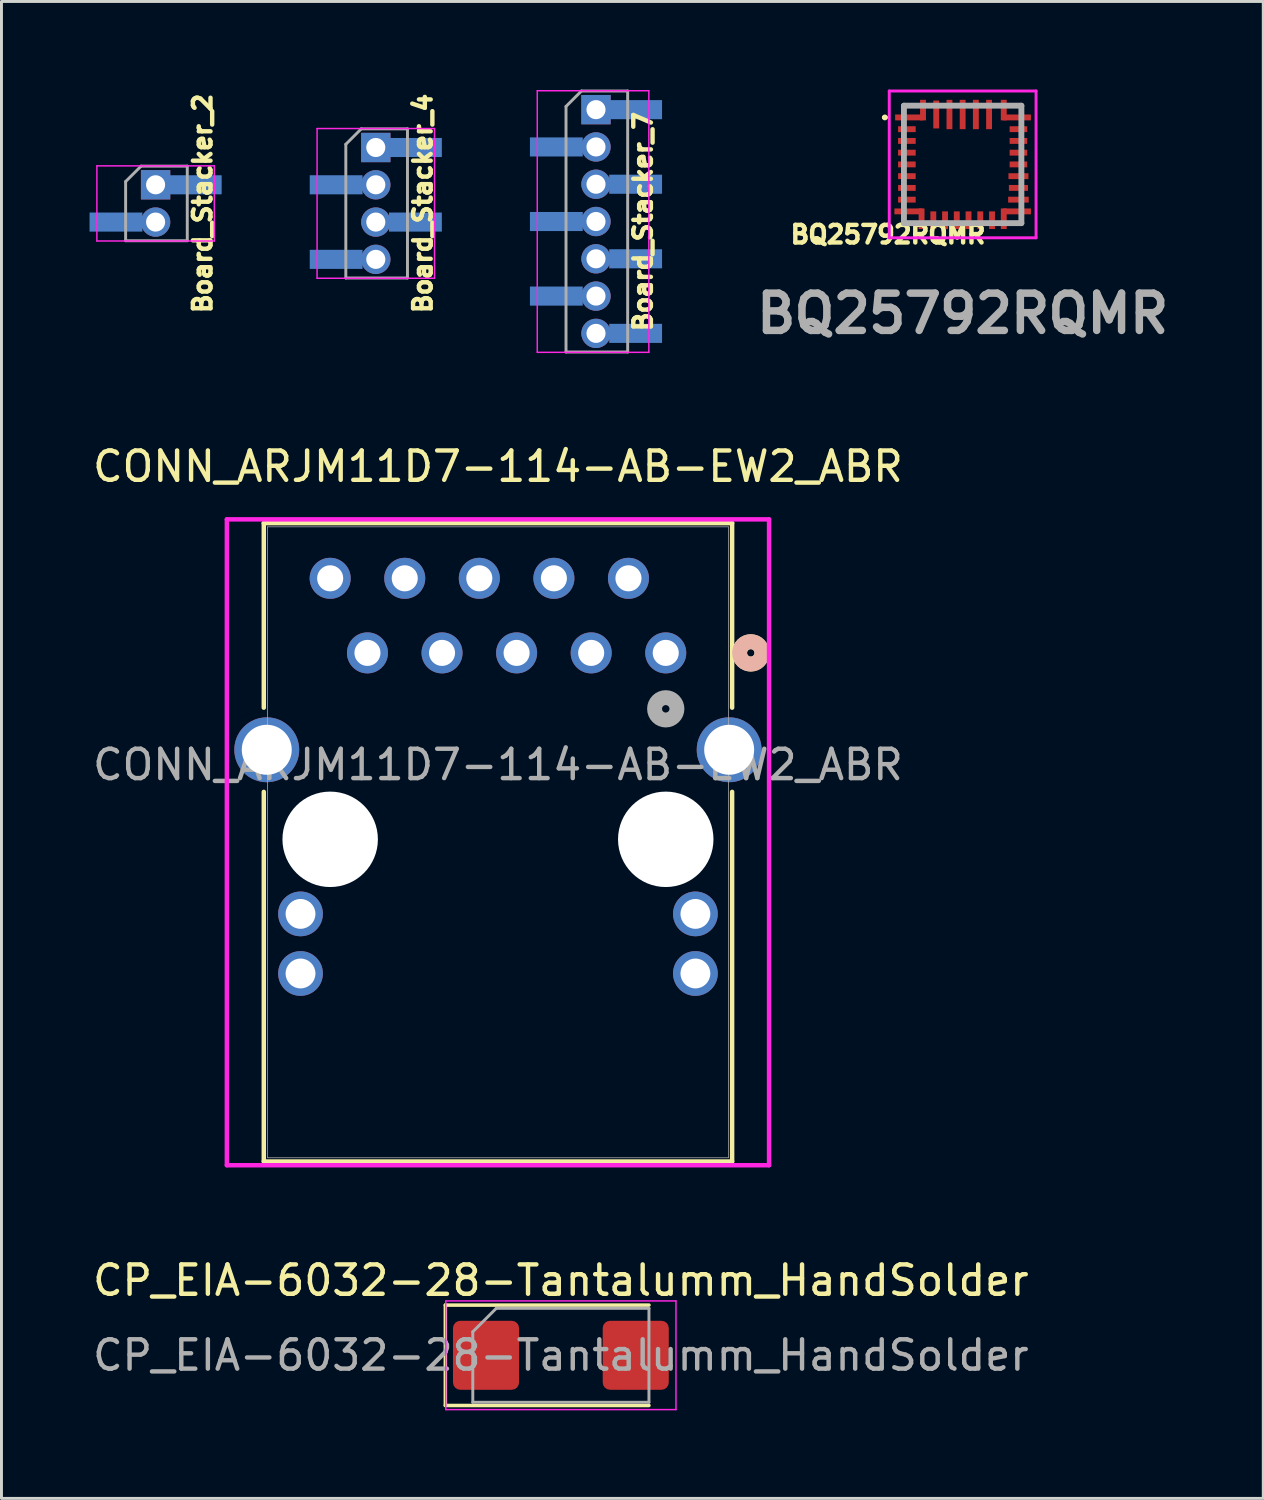
<source format=kicad_pcb>
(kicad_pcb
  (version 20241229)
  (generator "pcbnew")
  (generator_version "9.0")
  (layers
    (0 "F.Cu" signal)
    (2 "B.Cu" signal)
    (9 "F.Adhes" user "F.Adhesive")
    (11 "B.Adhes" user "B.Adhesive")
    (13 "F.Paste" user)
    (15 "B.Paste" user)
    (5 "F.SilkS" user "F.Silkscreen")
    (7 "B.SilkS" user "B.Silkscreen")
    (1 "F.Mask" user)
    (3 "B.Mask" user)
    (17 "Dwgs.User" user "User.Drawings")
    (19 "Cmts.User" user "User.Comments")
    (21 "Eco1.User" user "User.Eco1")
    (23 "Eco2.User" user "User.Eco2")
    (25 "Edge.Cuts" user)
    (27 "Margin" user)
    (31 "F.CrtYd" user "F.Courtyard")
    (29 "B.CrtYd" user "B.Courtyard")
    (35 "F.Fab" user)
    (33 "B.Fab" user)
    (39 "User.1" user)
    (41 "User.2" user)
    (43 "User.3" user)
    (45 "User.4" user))
  (footprint "BQ25792RQMR"
    (layer "F.Cu")
    (at 29.739 2.55)
    (property "Reference" "BQ25792RQMR" (at -2.542 2.389 0) (layer "F.SilkS") (effects (font (size 0.6 0.6) (thickness 0.15))))
    (attr smd)
    (fp_line (start -2.7 -1.6) (end -2.7 -1.6) (stroke (width 0.1) (type solid)) (layer "F.SilkS"))
    (fp_line (start -2.6 -1.6) (end -2.6 -1.6) (stroke (width 0.1) (type solid)) (layer "F.SilkS"))
    (fp_arc (start -2.7 -1.6) (mid -2.65 -1.65) (end -2.6 -1.6) (stroke (width 0.1) (type solid)) (layer "F.SilkS"))
    (fp_arc (start -2.6 -1.6) (mid -2.65 -1.55) (end -2.7 -1.6) (stroke (width 0.1) (type solid)) (layer "F.SilkS"))
    (fp_line (start -2.5 -2.5) (end 2.5 -2.5) (stroke (width 0.1) (type solid)) (layer "F.CrtYd"))
    (fp_line (start -2.5 2.5) (end -2.5 -2.5) (stroke (width 0.1) (type solid)) (layer "F.CrtYd"))
    (fp_line (start 2.5 -2.5) (end 2.5 2.5) (stroke (width 0.1) (type solid)) (layer "F.CrtYd"))
    (fp_line (start 2.5 2.5) (end -2.5 2.5) (stroke (width 0.1) (type solid)) (layer "F.CrtYd"))
    (fp_line (start -2 -2) (end -2 2) (stroke (width 0.2) (type solid)) (layer "F.Fab"))
    (fp_line (start -2 2) (end 2 2) (stroke (width 0.2) (type solid)) (layer "F.Fab"))
    (fp_line (start 2 -2) (end -2 -2) (stroke (width 0.2) (type solid)) (layer "F.Fab"))
    (fp_line (start 2 2) (end 2 -2) (stroke (width 0.2) (type solid)) (layer "F.Fab"))
    (fp_text user "${REFERENCE}" (at 0 5.08 0) (layer "F.Fab") (effects (font (size 1.27 1.27) (thickness 0.254))))
    (pad "1" smd rect (at -1.825 -1.6 90) (size 0.2 0.95) (layers "F.Cu" "F.Mask" "F.Paste"))
    (pad "2" smd rect (at -1.9 -1.2 90) (size 0.2 0.6) (layers "F.Cu" "F.Mask" "F.Paste"))
    (pad "3" smd rect (at -1.9 -0.8 90) (size 0.2 0.6) (layers "F.Cu" "F.Mask" "F.Paste"))
    (pad "4" smd rect (at -1.9 -0.4 90) (size 0.2 0.6) (layers "F.Cu" "F.Mask" "F.Paste"))
    (pad "5" smd rect (at -1.9 0 90) (size 0.2 0.6) (layers "F.Cu" "F.Mask" "F.Paste"))
    (pad "6" smd rect (at -1.9 0.4 90) (size 0.2 0.6) (layers "F.Cu" "F.Mask" "F.Paste"))
    (pad "7" smd rect (at -1.9 0.8 90) (size 0.2 0.6) (layers "F.Cu" "F.Mask" "F.Paste"))
    (pad "8" smd rect (at -1.9 1.2 90) (size 0.2 0.6) (layers "F.Cu" "F.Mask" "F.Paste"))
    (pad "9" smd rect (at -1.85 1.6 90) (size 0.2 0.95) (layers "F.Cu" "F.Mask" "F.Paste"))
    (pad "10" smd rect (at -1 1.9) (size 0.2 0.6) (layers "F.Cu" "F.Mask" "F.Paste"))
    (pad "11" smd rect (at -0.6 1.9) (size 0.2 0.6) (layers "F.Cu" "F.Mask" "F.Paste"))
    (pad "12" smd rect (at -0.2 1.9) (size 0.2 0.6) (layers "F.Cu" "F.Mask" "F.Paste"))
    (pad "13" smd rect (at 0.2 1.9) (size 0.2 0.6) (layers "F.Cu" "F.Mask" "F.Paste"))
    (pad "14" smd rect (at 0.6 1.9) (size 0.2 0.6) (layers "F.Cu" "F.Mask" "F.Paste"))
    (pad "15" smd rect (at 1 1.9) (size 0.2 0.6) (layers "F.Cu" "F.Mask" "F.Paste"))
    (pad "16" smd rect (at 1.85 1.6 90) (size 0.2 0.95) (layers "F.Cu" "F.Mask" "F.Paste"))
    (pad "17" smd rect (at 1.9 1.2 90) (size 0.2 0.7) (layers "F.Cu" "F.Mask" "F.Paste"))
    (pad "18" smd rect (at 1.9 0.8 90) (size 0.2 0.65) (layers "F.Cu" "F.Mask" "F.Paste"))
    (pad "19" smd rect (at 1.9 0.4 90) (size 0.2 0.68) (layers "F.Cu" "F.Mask" "F.Paste"))
    (pad "20" smd rect (at 1.9 0 90) (size 0.2 0.6) (layers "F.Cu" "F.Mask" "F.Paste"))
    (pad "21" smd rect (at 1.9 -0.4 90) (size 0.2 0.6) (layers "F.Cu" "F.Mask" "F.Paste"))
    (pad "22" smd rect (at 1.9 -0.8 90) (size 0.2 0.6) (layers "F.Cu" "F.Mask" "F.Paste"))
    (pad "23" smd rect (at 1.9 -1.2 90) (size 0.2 0.6) (layers "F.Cu" "F.Mask" "F.Paste"))
    (pad "24" smd rect (at 1.85 -1.6 90) (size 0.2 0.95) (layers "F.Cu" "F.Mask" "F.Paste"))
    (pad "25" smd rect (at 0.9 -1.7) (size 0.2 1) (layers "F.Cu" "F.Mask" "F.Paste"))
    (pad "26" smd rect (at 0.45 -1.7) (size 0.2 1) (layers "F.Cu" "F.Mask" "F.Paste"))
    (pad "27" smd rect (at 0 -1.7) (size 0.2 1) (layers "F.Cu" "F.Mask" "F.Paste"))
    (pad "28" smd rect (at -0.45 -1.7) (size 0.2 1) (layers "F.Cu" "F.Mask" "F.Paste"))
    (pad "29" smd rect (at -0.9 -1.7) (size 0.2 0.95) (layers "F.Cu" "F.Mask" "F.Paste"))
    (pad "30" smd rect (at -1.35 -1.85) (size 0.2 0.7) (layers "F.Cu" "F.Mask" "F.Paste"))
    (pad "31" smd rect (at -1.4 1.85) (size 0.2 0.7) (layers "F.Cu" "F.Mask" "F.Paste"))
    (pad "32" smd rect (at 1.4 1.85) (size 0.2 0.7) (layers "F.Cu" "F.Mask" "F.Paste"))
    (pad "33" smd rect (at 1.4 -1.85) (size 0.2 0.7) (layers "F.Cu" "F.Mask" "F.Paste")))
  (footprint "Board_Stacker_7"
    (layer "F.Cu")
    (at 17.25 0.685)
    (property "Reference" "Board_Stacker_7" (at 1.6 3.81 90) (layer "F.SilkS") (effects (font (size 0.6 0.6) (thickness 0.15))))
    (attr smd)
    (fp_line (start -2 -0.645) (end -2 8.265) (stroke (width 0.05) (type solid)) (layer "F.CrtYd"))
    (fp_line (start -2 8.265) (end 1.8 8.265) (stroke (width 0.05) (type solid)) (layer "F.CrtYd"))
    (fp_line (start 1.8 -0.645) (end -2 -0.645) (stroke (width 0.05) (type solid)) (layer "F.CrtYd"))
    (fp_line (start 1.8 8.265) (end 1.8 -0.645) (stroke (width 0.05) (type solid)) (layer "F.CrtYd"))
    (fp_line (start -1.021 -0.11) (end -0.496 -0.635) (stroke (width 0.1) (type solid)) (layer "F.Fab"))
    (fp_line (start -1.021 8.255) (end -1.021 -0.11) (stroke (width 0.1) (type solid)) (layer "F.Fab"))
    (fp_line (start -0.496 -0.635) (end 1.079 -0.635) (stroke (width 0.1) (type solid)) (layer "F.Fab"))
    (fp_line (start 1.079 -0.635) (end 1.079 8.255) (stroke (width 0.1) (type solid)) (layer "F.Fab"))
    (fp_line (start 1.079 8.255) (end -1.021 8.255) (stroke (width 0.1) (type solid)) (layer "F.Fab"))
    (pad "1" thru_hole rect (at 0 0) (size 1 1) (drill 0.65) (layers "*.Cu" "*.Mask"))
    (pad "1" smd rect (at 1.35 0) (size 1.8 0.65) (layers "B.Cu" "B.Mask" "B.Paste"))
    (pad "2" smd rect (at -1.35 1.27) (size 1.8 0.65) (layers "B.Cu" "B.Mask" "B.Paste"))
    (pad "2" thru_hole oval (at 0 1.27) (size 1 1) (drill 0.65) (layers "*.Cu" "*.Mask"))
    (pad "3" thru_hole oval (at 0 2.54) (size 1 1) (drill 0.65) (layers "*.Cu" "*.Mask"))
    (pad "3" smd rect (at 1.35 2.54) (size 1.8 0.65) (layers "B.Cu" "B.Mask" "B.Paste"))
    (pad "4" smd rect (at -1.35 3.81) (size 1.8 0.65) (layers "B.Cu" "B.Mask" "B.Paste"))
    (pad "4" thru_hole oval (at 0 3.81) (size 1 1) (drill 0.65) (layers "*.Cu" "*.Mask"))
    (pad "5" thru_hole oval (at 0 5.08) (size 1 1) (drill 0.65) (layers "*.Cu" "*.Mask"))
    (pad "5" smd rect (at 1.35 5.08) (size 1.8 0.65) (layers "B.Cu" "B.Mask" "B.Paste"))
    (pad "6" smd rect (at -1.35 6.35) (size 1.8 0.65) (layers "B.Cu" "B.Mask" "B.Paste"))
    (pad "6" thru_hole oval (at 0 6.35) (size 1 1) (drill 0.65) (layers "*.Cu" "*.Mask"))
    (pad "7" thru_hole oval (at 0 7.62) (size 1 1) (drill 0.65) (layers "*.Cu" "*.Mask"))
    (pad "7" smd rect (at 1.35 7.62) (size 1.8 0.65) (layers "B.Cu" "B.Mask" "B.Paste")))
  (footprint "Board_Stacker_2"
    (layer "F.Cu")
    (at 2.25 3.244)
    (property "Reference" "Board_Stacker_2" (at 1.6 0.635 90) (layer "F.SilkS") (effects (font (size 0.6 0.6) (thickness 0.15))))
    (attr smd)
    (fp_line (start -2 -0.645) (end -2 1.915) (stroke (width 0.05) (type solid)) (layer "F.CrtYd"))
    (fp_line (start -2 1.915) (end 2 1.915) (stroke (width 0.05) (type solid)) (layer "F.CrtYd"))
    (fp_line (start 2 -0.645) (end -2 -0.645) (stroke (width 0.05) (type solid)) (layer "F.CrtYd"))
    (fp_line (start 2 1.915) (end 2 -0.645) (stroke (width 0.05) (type solid)) (layer "F.CrtYd"))
    (fp_line (start -1.021 -0.11) (end -0.496 -0.635) (stroke (width 0.1) (type solid)) (layer "F.Fab"))
    (fp_line (start -1.021 1.905) (end -1.021 -0.11) (stroke (width 0.1) (type solid)) (layer "F.Fab"))
    (fp_line (start -0.496 -0.635) (end 1.079 -0.635) (stroke (width 0.1) (type solid)) (layer "F.Fab"))
    (fp_line (start 1.079 -0.635) (end 1.079 1.905) (stroke (width 0.1) (type solid)) (layer "F.Fab"))
    (fp_line (start 1.079 1.905) (end -1.021 1.905) (stroke (width 0.1) (type solid)) (layer "F.Fab"))
    (pad "1" thru_hole rect (at 0 0) (size 1 1) (drill 0.65) (layers "*.Cu" "*.Mask"))
    (pad "1" smd rect (at 1.35 0) (size 1.8 0.65) (layers "B.Cu" "B.Mask" "B.Paste"))
    (pad "2" smd rect (at -1.35 1.27) (size 1.8 0.65) (layers "B.Cu" "B.Mask" "B.Paste"))
    (pad "2" thru_hole oval (at 0 1.27) (size 1 1) (drill 0.65) (layers "*.Cu" "*.Mask")))
  (footprint "Board_Stacker_4"
    (layer "F.Cu")
    (at 9.75 1.974)
    (property "Reference" "Board_Stacker_4" (at 1.6 1.905 90) (layer "F.SilkS") (effects (font (size 0.6 0.6) (thickness 0.15))))
    (attr smd)
    (fp_line (start -2 -0.645) (end -2 4.455) (stroke (width 0.05) (type solid)) (layer "F.CrtYd"))
    (fp_line (start -2 4.455) (end 2 4.455) (stroke (width 0.05) (type solid)) (layer "F.CrtYd"))
    (fp_line (start 2 -0.645) (end -2 -0.645) (stroke (width 0.05) (type solid)) (layer "F.CrtYd"))
    (fp_line (start 2 4.455) (end 2 -0.645) (stroke (width 0.05) (type solid)) (layer "F.CrtYd"))
    (fp_line (start -1.021 -0.11) (end -0.496 -0.635) (stroke (width 0.1) (type solid)) (layer "F.Fab"))
    (fp_line (start -1.021 4.445) (end -1.021 -0.11) (stroke (width 0.1) (type solid)) (layer "F.Fab"))
    (fp_line (start -0.496 -0.635) (end 1.079 -0.635) (stroke (width 0.1) (type solid)) (layer "F.Fab"))
    (fp_line (start 1.079 -0.635) (end 1.079 4.445) (stroke (width 0.1) (type solid)) (layer "F.Fab"))
    (fp_line (start 1.079 4.445) (end -1.021 4.445) (stroke (width 0.1) (type solid)) (layer "F.Fab"))
    (pad "1" thru_hole rect (at 0 0) (size 1 1) (drill 0.65) (layers "*.Cu" "*.Mask"))
    (pad "1" smd rect (at 1.35 0) (size 1.8 0.65) (layers "B.Cu" "B.Mask" "B.Paste"))
    (pad "2" smd rect (at -1.35 1.27) (size 1.8 0.65) (layers "B.Cu" "B.Mask" "B.Paste"))
    (pad "2" thru_hole oval (at 0 1.27) (size 1 1) (drill 0.65) (layers "*.Cu" "*.Mask"))
    (pad "3" thru_hole oval (at 0 2.54) (size 1 1) (drill 0.65) (layers "*.Cu" "*.Mask"))
    (pad "3" smd rect (at 1.35 2.54) (size 1.8 0.65) (layers "B.Cu" "B.Mask" "B.Paste"))
    (pad "4" smd rect (at -1.35 3.81) (size 1.8 0.65) (layers "B.Cu" "B.Mask" "B.Paste"))
    (pad "4" thru_hole oval (at 0 3.81) (size 1 1) (drill 0.65) (layers "*.Cu" "*.Mask")))
  (footprint "CP_EIA-6032-28-Tantalumm_HandSolder"
    (layer "F.Cu")
    (at 16.054 43.112)
    (property "Reference" "CP_EIA-6032-28-Tantalumm_HandSolder" (at 0 -2.55 0) (layer "F.SilkS") (effects (font (size 1 1) (thickness 0.15))))
    (attr smd)
    (fp_line (start -3.935 -1.71) (end -3.935 1.71) (stroke (width 0.12) (type solid)) (layer "F.SilkS"))
    (fp_line (start -3.935 1.71) (end 3 1.71) (stroke (width 0.12) (type solid)) (layer "F.SilkS"))
    (fp_line (start 3 -1.71) (end -3.935 -1.71) (stroke (width 0.12) (type solid)) (layer "F.SilkS"))
    (fp_line (start -3.92 -1.85) (end 3.92 -1.85) (stroke (width 0.05) (type solid)) (layer "F.CrtYd"))
    (fp_line (start -3.92 1.85) (end -3.92 -1.85) (stroke (width 0.05) (type solid)) (layer "F.CrtYd"))
    (fp_line (start 3.92 -1.85) (end 3.92 1.85) (stroke (width 0.05) (type solid)) (layer "F.CrtYd"))
    (fp_line (start 3.92 1.85) (end -3.92 1.85) (stroke (width 0.05) (type solid)) (layer "F.CrtYd"))
    (fp_line (start -3 -0.8) (end -3 1.6) (stroke (width 0.1) (type solid)) (layer "F.Fab"))
    (fp_line (start -3 1.6) (end 3 1.6) (stroke (width 0.1) (type solid)) (layer "F.Fab"))
    (fp_line (start -2.2 -1.6) (end -3 -0.8) (stroke (width 0.1) (type solid)) (layer "F.Fab"))
    (fp_line (start 3 -1.6) (end -2.2 -1.6) (stroke (width 0.1) (type solid)) (layer "F.Fab"))
    (fp_line (start 3 1.6) (end 3 -1.6) (stroke (width 0.1) (type solid)) (layer "F.Fab"))
    (fp_text user "${REFERENCE}" (at 0 0 0) (layer "F.Fab") (effects (font (size 1 1) (thickness 0.15))))
    (pad "1" smd roundrect (at -2.55 0) (size 2.25 2.35) (layers "F.Cu" "F.Mask" "F.Paste") (roundrect_rratio 0.111))
    (pad "2" smd roundrect (at 2.55 0) (size 2.25 2.35) (layers "F.Cu" "F.Mask" "F.Paste") (roundrect_rratio 0.111)))
  (footprint "CONN_ARJM11D7-114-AB-EW2_ABR"
    (layer "F.Cu")
    (at 13.911 19.188)
    (property "Reference" "CONN_ARJM11D7-114-AB-EW2_ABR" (at 0 -6.35 0) (unlocked yes) (layer "F.SilkS") (effects (font (size 1 1) (thickness 0.15))))
    (attr through_hole)
    (fp_line (start -7.976 -4.42) (end -7.976 1.866) (stroke (width 0.152) (type solid)) (layer "F.SilkS"))
    (fp_line (start -7.976 4.734) (end -7.976 17.323) (stroke (width 0.152) (type solid)) (layer "F.SilkS"))
    (fp_line (start -7.976 17.323) (end 7.976 17.323) (stroke (width 0.152) (type solid)) (layer "F.SilkS"))
    (fp_line (start 7.976 -4.42) (end -7.976 -4.42) (stroke (width 0.152) (type solid)) (layer "F.SilkS"))
    (fp_line (start 7.976 1.866) (end 7.976 -4.42) (stroke (width 0.152) (type solid)) (layer "F.SilkS"))
    (fp_line (start 7.976 17.323) (end 7.976 4.734) (stroke (width 0.152) (type solid)) (layer "F.SilkS"))
    (fp_circle (center 8.611 0) (end 8.992 0) (stroke (width 0.508) (type solid)) (fill no) (layer "F.SilkS"))
    (fp_circle (center 8.611 0) (end 8.992 0) (stroke (width 0.508) (type solid)) (fill no) (layer "B.SilkS"))
    (fp_line (start -9.234 -4.547) (end -9.234 17.45) (stroke (width 0.152) (type solid)) (layer "F.CrtYd"))
    (fp_line (start -9.234 17.45) (end 9.234 17.45) (stroke (width 0.152) (type solid)) (layer "F.CrtYd"))
    (fp_line (start 9.234 -4.547) (end -9.234 -4.547) (stroke (width 0.152) (type solid)) (layer "F.CrtYd"))
    (fp_line (start 9.234 17.45) (end 9.234 -4.547) (stroke (width 0.152) (type solid)) (layer "F.CrtYd"))
    (fp_line (start -7.849 -4.293) (end -7.849 17.196) (stroke (width 0.025) (type solid)) (layer "F.Fab"))
    (fp_line (start -7.849 17.196) (end 7.849 17.196) (stroke (width 0.025) (type solid)) (layer "F.Fab"))
    (fp_line (start 7.849 -4.293) (end -7.849 -4.293) (stroke (width 0.025) (type solid)) (layer "F.Fab"))
    (fp_line (start 7.849 17.196) (end 7.849 -4.293) (stroke (width 0.025) (type solid)) (layer "F.Fab"))
    (fp_circle (center 5.715 1.905) (end 6.096 1.905) (stroke (width 0.508) (type solid)) (fill no) (layer "F.Fab"))
    (fp_text user "${REFERENCE}" (at 0 3.81 0) (unlocked yes) (layer "F.Fab") (effects (font (size 1 1) (thickness 0.15))))
    (pad "" np_thru_hole circle (at -5.715 6.35) (size 3.251 3.251) (drill 3.251) (layers "*.Cu" "*.Mask"))
    (pad "" np_thru_hole circle (at 5.715 6.35) (size 3.251 3.251) (drill 3.251) (layers "*.Cu" "*.Mask"))
    (pad "1" thru_hole circle (at 5.715 0) (size 1.397 1.397) (drill 0.889) (layers "*.Cu" "*.Mask"))
    (pad "2" thru_hole circle (at 4.445 -2.54) (size 1.397 1.397) (drill 0.889) (layers "*.Cu" "*.Mask"))
    (pad "3" thru_hole circle (at 3.175 0) (size 1.397 1.397) (drill 0.889) (layers "*.Cu" "*.Mask"))
    (pad "4" thru_hole circle (at 1.905 -2.54) (size 1.397 1.397) (drill 0.889) (layers "*.Cu" "*.Mask"))
    (pad "5" thru_hole circle (at 0.635 0) (size 1.397 1.397) (drill 0.889) (layers "*.Cu" "*.Mask"))
    (pad "6" thru_hole circle (at -0.635 -2.54) (size 1.397 1.397) (drill 0.889) (layers "*.Cu" "*.Mask"))
    (pad "7" thru_hole circle (at -1.905 0) (size 1.397 1.397) (drill 0.889) (layers "*.Cu" "*.Mask"))
    (pad "8" thru_hole circle (at -3.175 -2.54) (size 1.397 1.397) (drill 0.889) (layers "*.Cu" "*.Mask"))
    (pad "9" thru_hole circle (at -4.445 0) (size 1.397 1.397) (drill 0.889) (layers "*.Cu" "*.Mask"))
    (pad "10" thru_hole circle (at -5.715 -2.54) (size 1.397 1.397) (drill 0.889) (layers "*.Cu" "*.Mask"))
    (pad "11" thru_hole circle (at 6.725 8.89) (size 1.524 1.524) (drill 1.016) (layers "*.Cu" "*.Mask"))
    (pad "12" thru_hole circle (at 6.725 10.92) (size 1.524 1.524) (drill 1.016) (layers "*.Cu" "*.Mask"))
    (pad "13" thru_hole circle (at -6.725 8.89) (size 1.524 1.524) (drill 1.016) (layers "*.Cu" "*.Mask"))
    (pad "14" thru_hole circle (at -6.725 10.92) (size 1.524 1.524) (drill 1.016) (layers "*.Cu" "*.Mask"))
    (pad "15" thru_hole circle (at -7.875 3.3) (size 2.21 2.21) (drill 1.702) (layers "*.Cu" "*.Mask"))
    (pad "16" thru_hole circle (at 7.875 3.3) (size 2.21 2.21) (drill 1.702) (layers "*.Cu" "*.Mask")))
  (gr_rect
    (start -3 -3)
    (end 39.978 47.987)
    (stroke (width 0.1) (type default))
    (fill no)
    (layer "Edge.Cuts")))
</source>
